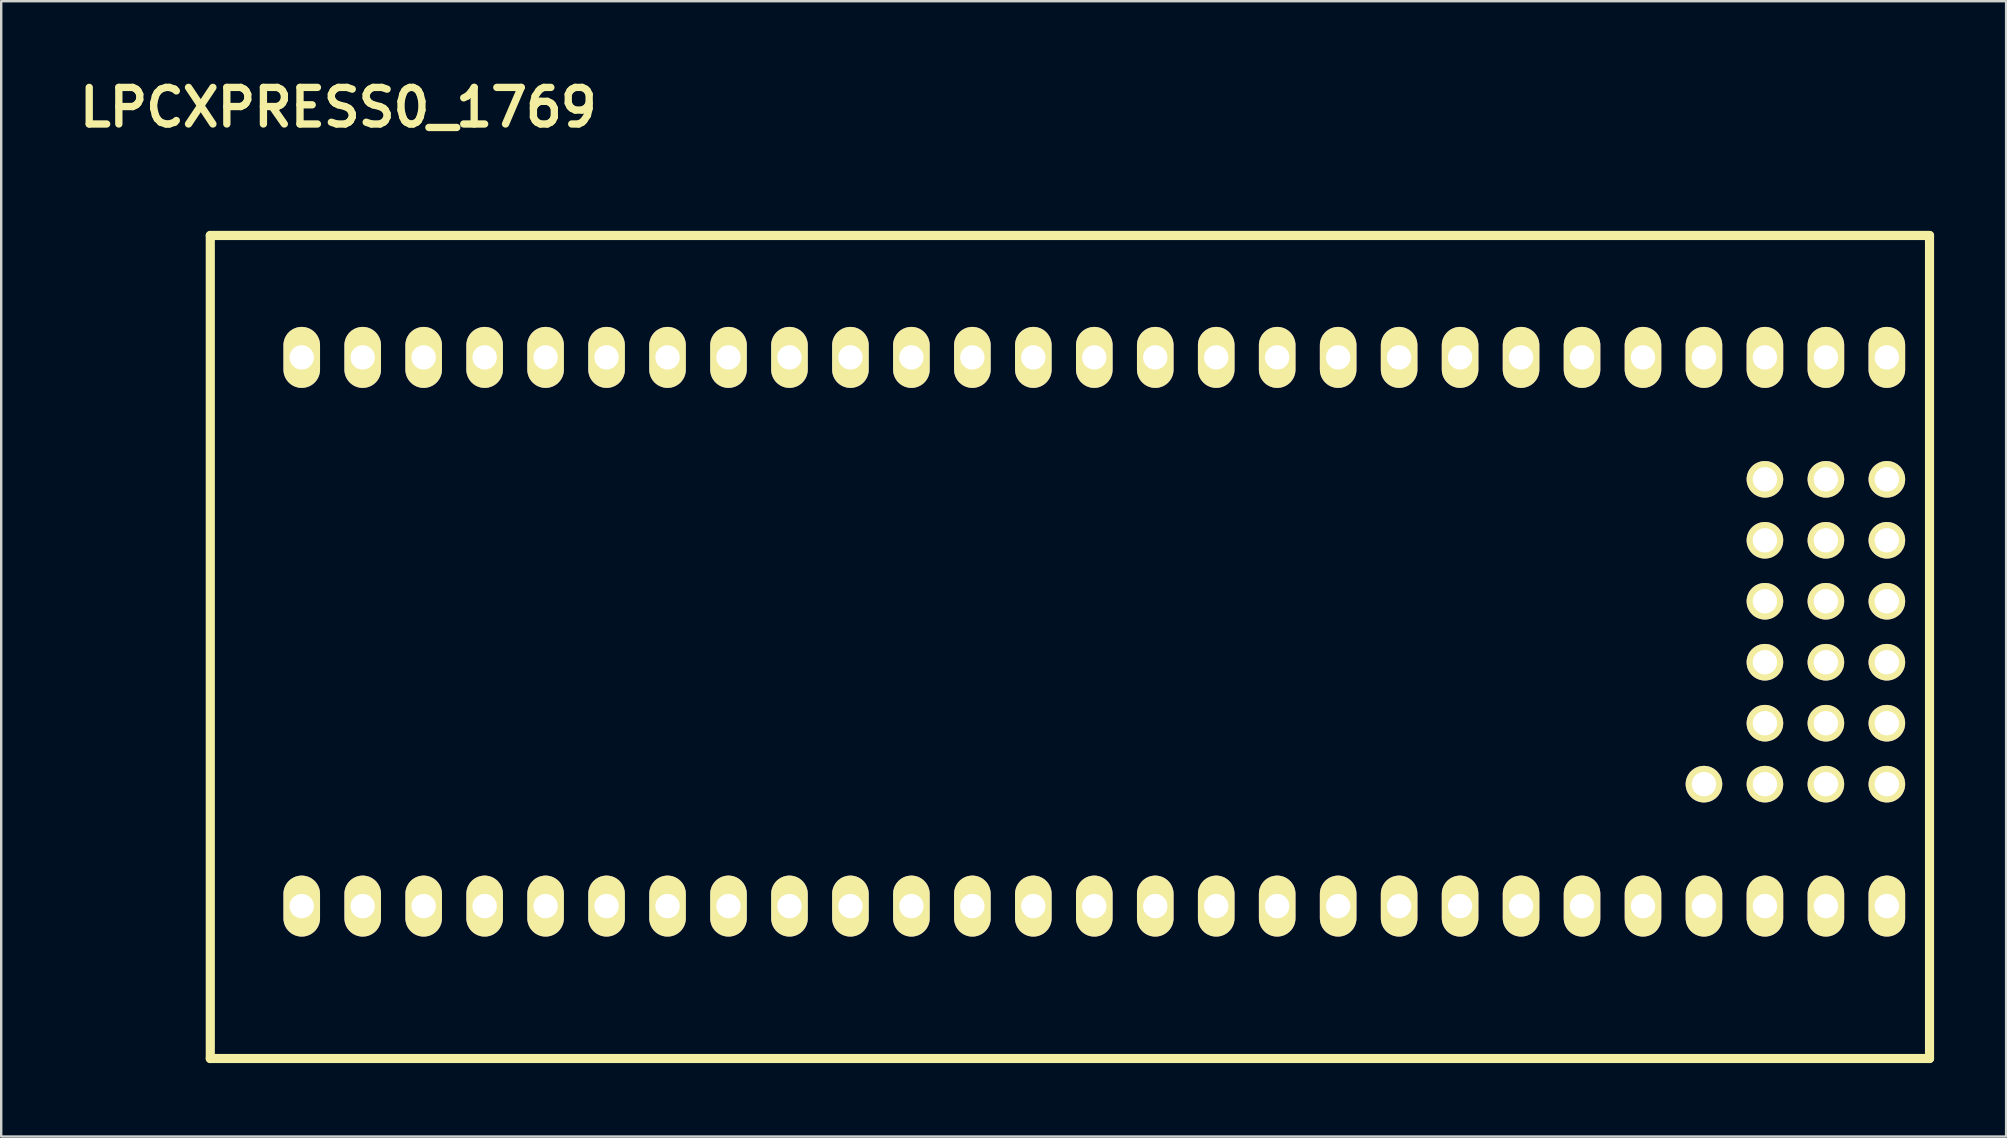
<source format=kicad_pcb>
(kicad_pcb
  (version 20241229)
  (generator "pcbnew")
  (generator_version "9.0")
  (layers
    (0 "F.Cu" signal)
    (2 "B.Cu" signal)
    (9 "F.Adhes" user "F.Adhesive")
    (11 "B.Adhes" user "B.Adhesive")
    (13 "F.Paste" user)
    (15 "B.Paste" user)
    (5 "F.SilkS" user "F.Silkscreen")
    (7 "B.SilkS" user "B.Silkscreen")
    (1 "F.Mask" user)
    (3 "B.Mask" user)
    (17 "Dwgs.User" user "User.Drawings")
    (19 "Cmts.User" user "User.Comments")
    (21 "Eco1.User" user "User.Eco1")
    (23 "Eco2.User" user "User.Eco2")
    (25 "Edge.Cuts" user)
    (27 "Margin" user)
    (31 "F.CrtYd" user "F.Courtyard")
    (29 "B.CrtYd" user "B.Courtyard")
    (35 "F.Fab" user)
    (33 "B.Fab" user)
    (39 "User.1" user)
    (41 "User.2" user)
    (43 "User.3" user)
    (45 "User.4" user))
  (footprint "LPCXPRESS0_1769"
    (layer "F.Cu")
    (at 5.711 41.05)
    (property "Reference" "LPCXPRESS0_1769" (at 5.334 -39.624 0) (layer "F.SilkS") (effects (font (size 1.524 1.524) (thickness 0.305))))
    (attr through_hole)
    (fp_line (start 0 0) (end 0 -34.29) (stroke (width 0.381) (type solid)) (layer "F.SilkS"))
    (fp_line (start 0 0) (end 71.628 0) (stroke (width 0.381) (type solid)) (layer "F.SilkS"))
    (fp_line (start 71.628 -34.29) (end 0 -34.29) (stroke (width 0.381) (type solid)) (layer "F.SilkS"))
    (fp_line (start 71.628 0) (end 71.628 -34.29) (stroke (width 0.381) (type solid)) (layer "F.SilkS"))
    (pad "1" thru_hole oval (at 3.81 -6.35 90) (size 2.54 1.524) (drill 1.016) (layers "*.Cu" "*.Mask" "F.SilkS"))
    (pad "2" thru_hole oval (at 6.35 -6.35 90) (size 2.54 1.524) (drill 1.016) (layers "*.Cu" "*.Mask" "F.SilkS"))
    (pad "3" thru_hole oval (at 8.89 -6.35 90) (size 2.54 1.524) (drill 1.016) (layers "*.Cu" "*.Mask" "F.SilkS"))
    (pad "4" thru_hole oval (at 11.43 -6.35 90) (size 2.54 1.524) (drill 1.016) (layers "*.Cu" "*.Mask" "F.SilkS"))
    (pad "5" thru_hole oval (at 13.97 -6.35 90) (size 2.54 1.524) (drill 1.016) (layers "*.Cu" "*.Mask" "F.SilkS"))
    (pad "6" thru_hole oval (at 16.51 -6.35 90) (size 2.54 1.524) (drill 1.016) (layers "*.Cu" "*.Mask" "F.SilkS"))
    (pad "7" thru_hole oval (at 19.05 -6.35 90) (size 2.54 1.524) (drill 1.016) (layers "*.Cu" "*.Mask" "F.SilkS"))
    (pad "8" thru_hole oval (at 21.59 -6.35 90) (size 2.54 1.524) (drill 1.016) (layers "*.Cu" "*.Mask" "F.SilkS"))
    (pad "9" thru_hole oval (at 24.13 -6.35 90) (size 2.54 1.524) (drill 1.016) (layers "*.Cu" "*.Mask" "F.SilkS"))
    (pad "10" thru_hole oval (at 26.67 -6.35 90) (size 2.54 1.524) (drill 1.016) (layers "*.Cu" "*.Mask" "F.SilkS"))
    (pad "11" thru_hole oval (at 29.21 -6.35 90) (size 2.54 1.524) (drill 1.016) (layers "*.Cu" "*.Mask" "F.SilkS"))
    (pad "12" thru_hole oval (at 31.75 -6.35 90) (size 2.54 1.524) (drill 1.016) (layers "*.Cu" "*.Mask" "F.SilkS"))
    (pad "13" thru_hole oval (at 34.29 -6.35 90) (size 2.54 1.524) (drill 1.016) (layers "*.Cu" "*.Mask" "F.SilkS"))
    (pad "14" thru_hole oval (at 36.83 -6.35 90) (size 2.54 1.524) (drill 1.016) (layers "*.Cu" "*.Mask" "F.SilkS"))
    (pad "15" thru_hole oval (at 39.37 -6.35 90) (size 2.54 1.524) (drill 1.016) (layers "*.Cu" "*.Mask" "F.SilkS"))
    (pad "16" thru_hole oval (at 41.91 -6.35 90) (size 2.54 1.524) (drill 1.016) (layers "*.Cu" "*.Mask" "F.SilkS"))
    (pad "17" thru_hole oval (at 44.45 -6.35 90) (size 2.54 1.524) (drill 1.016) (layers "*.Cu" "*.Mask" "F.SilkS"))
    (pad "18" thru_hole oval (at 46.99 -6.35 90) (size 2.54 1.524) (drill 1.016) (layers "*.Cu" "*.Mask" "F.SilkS"))
    (pad "19" thru_hole oval (at 49.53 -6.35 90) (size 2.54 1.524) (drill 1.016) (layers "*.Cu" "*.Mask" "F.SilkS"))
    (pad "20" thru_hole oval (at 52.07 -6.35 90) (size 2.54 1.524) (drill 1.016) (layers "*.Cu" "*.Mask" "F.SilkS"))
    (pad "21" thru_hole oval (at 54.61 -6.35 90) (size 2.54 1.524) (drill 1.016) (layers "*.Cu" "*.Mask" "F.SilkS"))
    (pad "22" thru_hole oval (at 57.15 -6.35 90) (size 2.54 1.524) (drill 1.016) (layers "*.Cu" "*.Mask" "F.SilkS"))
    (pad "23" thru_hole oval (at 59.69 -6.35 90) (size 2.54 1.524) (drill 1.016) (layers "*.Cu" "*.Mask" "F.SilkS"))
    (pad "24" thru_hole oval (at 62.23 -6.35 90) (size 2.54 1.524) (drill 1.016) (layers "*.Cu" "*.Mask" "F.SilkS"))
    (pad "25" thru_hole oval (at 64.77 -6.35 90) (size 2.54 1.524) (drill 1.016) (layers "*.Cu" "*.Mask" "F.SilkS"))
    (pad "26" thru_hole oval (at 67.31 -6.35 90) (size 2.54 1.524) (drill 1.016) (layers "*.Cu" "*.Mask" "F.SilkS"))
    (pad "27" thru_hole oval (at 69.85 -6.35 90) (size 2.54 1.524) (drill 1.016) (layers "*.Cu" "*.Mask" "F.SilkS"))
    (pad "28" thru_hole oval (at 3.81 -29.21 90) (size 2.54 1.524) (drill 1.016) (layers "*.Cu" "*.Mask" "F.SilkS"))
    (pad "29" thru_hole oval (at 6.35 -29.21 90) (size 2.54 1.524) (drill 1.016) (layers "*.Cu" "*.Mask" "F.SilkS"))
    (pad "30" thru_hole oval (at 8.89 -29.21 90) (size 2.54 1.524) (drill 1.016) (layers "*.Cu" "*.Mask" "F.SilkS"))
    (pad "31" thru_hole oval (at 11.43 -29.21 90) (size 2.54 1.524) (drill 1.016) (layers "*.Cu" "*.Mask" "F.SilkS"))
    (pad "32" thru_hole oval (at 13.97 -29.21 90) (size 2.54 1.524) (drill 1.016) (layers "*.Cu" "*.Mask" "F.SilkS"))
    (pad "33" thru_hole oval (at 16.51 -29.21 90) (size 2.54 1.524) (drill 1.016) (layers "*.Cu" "*.Mask" "F.SilkS"))
    (pad "34" thru_hole oval (at 19.05 -29.21 90) (size 2.54 1.524) (drill 1.016) (layers "*.Cu" "*.Mask" "F.SilkS"))
    (pad "35" thru_hole oval (at 21.59 -29.21 90) (size 2.54 1.524) (drill 1.016) (layers "*.Cu" "*.Mask" "F.SilkS"))
    (pad "36" thru_hole oval (at 24.13 -29.21 90) (size 2.54 1.524) (drill 1.016) (layers "*.Cu" "*.Mask" "F.SilkS"))
    (pad "37" thru_hole oval (at 26.67 -29.21 90) (size 2.54 1.524) (drill 1.016) (layers "*.Cu" "*.Mask" "F.SilkS"))
    (pad "38" thru_hole oval (at 29.21 -29.21 90) (size 2.54 1.524) (drill 1.016) (layers "*.Cu" "*.Mask" "F.SilkS"))
    (pad "39" thru_hole oval (at 31.75 -29.21 90) (size 2.54 1.524) (drill 1.016) (layers "*.Cu" "*.Mask" "F.SilkS"))
    (pad "40" thru_hole oval (at 34.29 -29.21 90) (size 2.54 1.524) (drill 1.016) (layers "*.Cu" "*.Mask" "F.SilkS"))
    (pad "41" thru_hole oval (at 36.83 -29.21 90) (size 2.54 1.524) (drill 1.016) (layers "*.Cu" "*.Mask" "F.SilkS"))
    (pad "42" thru_hole oval (at 39.37 -29.21 90) (size 2.54 1.524) (drill 1.016) (layers "*.Cu" "*.Mask" "F.SilkS"))
    (pad "43" thru_hole oval (at 41.91 -29.21 90) (size 2.54 1.524) (drill 1.016) (layers "*.Cu" "*.Mask" "F.SilkS"))
    (pad "44" thru_hole oval (at 44.45 -29.21 90) (size 2.54 1.524) (drill 1.016) (layers "*.Cu" "*.Mask" "F.SilkS"))
    (pad "45" thru_hole oval (at 46.99 -29.21 90) (size 2.54 1.524) (drill 1.016) (layers "*.Cu" "*.Mask" "F.SilkS"))
    (pad "46" thru_hole oval (at 49.53 -29.21 90) (size 2.54 1.524) (drill 1.016) (layers "*.Cu" "*.Mask" "F.SilkS"))
    (pad "47" thru_hole oval (at 52.07 -29.21 90) (size 2.54 1.524) (drill 1.016) (layers "*.Cu" "*.Mask" "F.SilkS"))
    (pad "48" thru_hole oval (at 54.61 -29.21 90) (size 2.54 1.524) (drill 1.016) (layers "*.Cu" "*.Mask" "F.SilkS"))
    (pad "49" thru_hole oval (at 57.15 -29.21 90) (size 2.54 1.524) (drill 1.016) (layers "*.Cu" "*.Mask" "F.SilkS"))
    (pad "50" thru_hole oval (at 59.69 -29.21 90) (size 2.54 1.524) (drill 1.016) (layers "*.Cu" "*.Mask" "F.SilkS"))
    (pad "51" thru_hole oval (at 62.23 -29.21 90) (size 2.54 1.524) (drill 1.016) (layers "*.Cu" "*.Mask" "F.SilkS"))
    (pad "52" thru_hole oval (at 64.77 -29.21 90) (size 2.54 1.524) (drill 1.016) (layers "*.Cu" "*.Mask" "F.SilkS"))
    (pad "53" thru_hole oval (at 67.31 -29.21 90) (size 2.54 1.524) (drill 1.016) (layers "*.Cu" "*.Mask" "F.SilkS"))
    (pad "54" thru_hole oval (at 69.85 -29.21 90) (size 2.54 1.524) (drill 1.016) (layers "*.Cu" "*.Mask" "F.SilkS"))
    (pad "101" thru_hole circle (at 69.85 -24.13 180) (size 1.524 1.524) (drill 1.016) (layers "*.Cu" "*.Mask" "F.SilkS"))
    (pad "102" thru_hole circle (at 67.31 -24.13 180) (size 1.524 1.524) (drill 1.016) (layers "*.Cu" "*.Mask" "F.SilkS"))
    (pad "103" thru_hole circle (at 64.77 -24.13 180) (size 1.524 1.524) (drill 1.016) (layers "*.Cu" "*.Mask" "F.SilkS"))
    (pad "104" thru_hole circle (at 69.85 -21.59 180) (size 1.524 1.524) (drill 1.016) (layers "*.Cu" "*.Mask" "F.SilkS"))
    (pad "105" thru_hole circle (at 67.31 -21.59 180) (size 1.524 1.524) (drill 1.016) (layers "*.Cu" "*.Mask" "F.SilkS"))
    (pad "106" thru_hole circle (at 64.77 -21.59 180) (size 1.524 1.524) (drill 1.016) (layers "*.Cu" "*.Mask" "F.SilkS"))
    (pad "107" thru_hole circle (at 69.85 -19.05 180) (size 1.524 1.524) (drill 1.016) (layers "*.Cu" "*.Mask" "F.SilkS"))
    (pad "108" thru_hole circle (at 67.31 -19.05 180) (size 1.524 1.524) (drill 1.016) (layers "*.Cu" "*.Mask" "F.SilkS"))
    (pad "109" thru_hole circle (at 64.77 -19.05 180) (size 1.524 1.524) (drill 1.016) (layers "*.Cu" "*.Mask" "F.SilkS"))
    (pad "110" thru_hole circle (at 69.85 -16.51 180) (size 1.524 1.524) (drill 1.016) (layers "*.Cu" "*.Mask" "F.SilkS"))
    (pad "111" thru_hole circle (at 67.31 -16.51 180) (size 1.524 1.524) (drill 1.016) (layers "*.Cu" "*.Mask" "F.SilkS"))
    (pad "112" thru_hole circle (at 64.77 -16.51 180) (size 1.524 1.524) (drill 1.016) (layers "*.Cu" "*.Mask" "F.SilkS"))
    (pad "113" thru_hole circle (at 69.85 -13.97 180) (size 1.524 1.524) (drill 1.016) (layers "*.Cu" "*.Mask" "F.SilkS"))
    (pad "114" thru_hole circle (at 67.31 -13.97 180) (size 1.524 1.524) (drill 1.016) (layers "*.Cu" "*.Mask" "F.SilkS"))
    (pad "115" thru_hole circle (at 64.77 -13.97 180) (size 1.524 1.524) (drill 1.016) (layers "*.Cu" "*.Mask" "F.SilkS"))
    (pad "116" thru_hole circle (at 69.85 -11.43 180) (size 1.524 1.524) (drill 1.016) (layers "*.Cu" "*.Mask" "F.SilkS"))
    (pad "117" thru_hole circle (at 67.31 -11.43 180) (size 1.524 1.524) (drill 1.016) (layers "*.Cu" "*.Mask" "F.SilkS"))
    (pad "118" thru_hole circle (at 64.77 -11.43 180) (size 1.524 1.524) (drill 1.016) (layers "*.Cu" "*.Mask" "F.SilkS"))
    (pad "119" thru_hole circle (at 62.23 -11.43 180) (size 1.524 1.524) (drill 1.016) (layers "*.Cu" "*.Mask" "F.SilkS")))
  (gr_rect
    (start -3 -3)
    (end 80.53 44.3)
    (stroke (width 0.1) (type default))
    (fill no)
    (layer "Edge.Cuts")))
</source>
